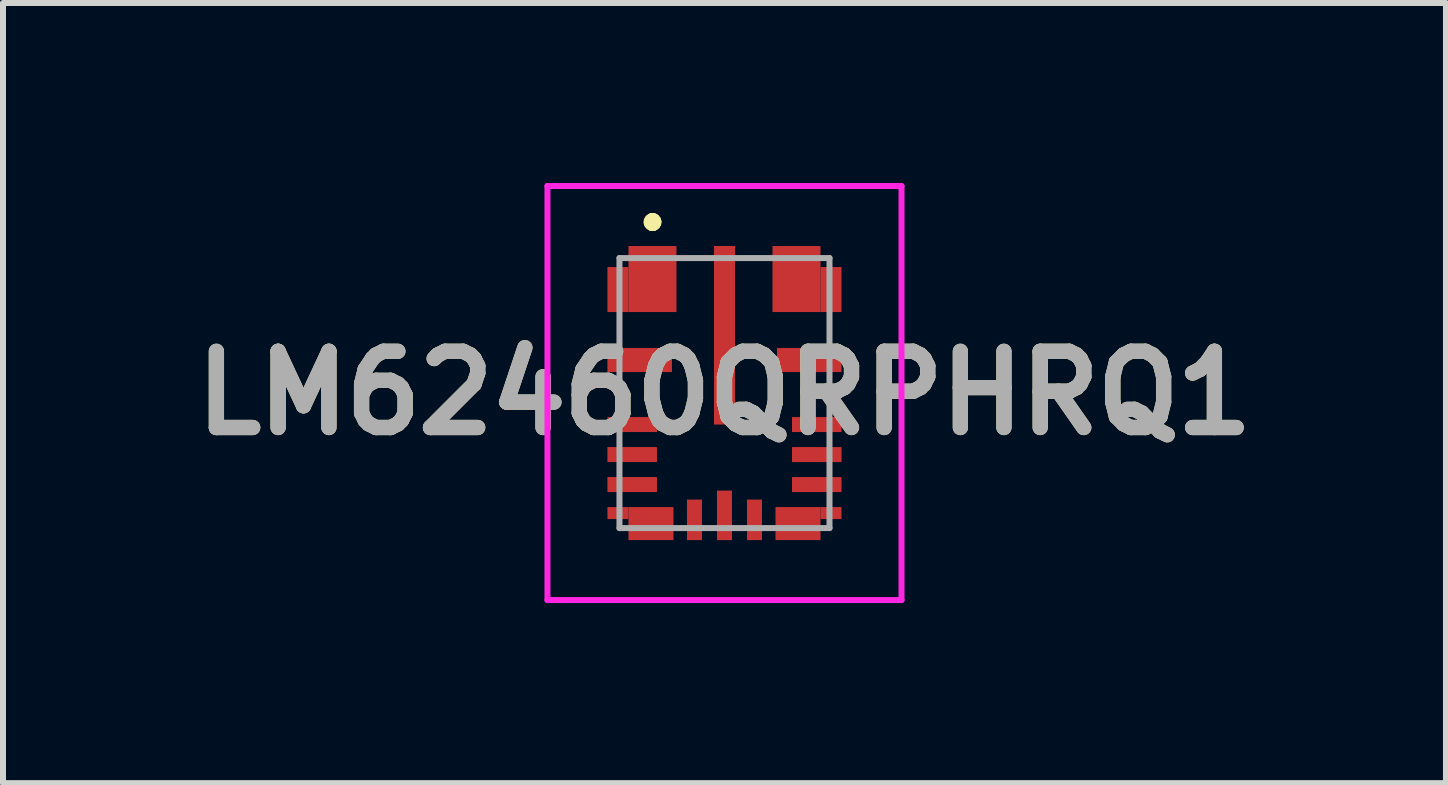
<source format=kicad_pcb>
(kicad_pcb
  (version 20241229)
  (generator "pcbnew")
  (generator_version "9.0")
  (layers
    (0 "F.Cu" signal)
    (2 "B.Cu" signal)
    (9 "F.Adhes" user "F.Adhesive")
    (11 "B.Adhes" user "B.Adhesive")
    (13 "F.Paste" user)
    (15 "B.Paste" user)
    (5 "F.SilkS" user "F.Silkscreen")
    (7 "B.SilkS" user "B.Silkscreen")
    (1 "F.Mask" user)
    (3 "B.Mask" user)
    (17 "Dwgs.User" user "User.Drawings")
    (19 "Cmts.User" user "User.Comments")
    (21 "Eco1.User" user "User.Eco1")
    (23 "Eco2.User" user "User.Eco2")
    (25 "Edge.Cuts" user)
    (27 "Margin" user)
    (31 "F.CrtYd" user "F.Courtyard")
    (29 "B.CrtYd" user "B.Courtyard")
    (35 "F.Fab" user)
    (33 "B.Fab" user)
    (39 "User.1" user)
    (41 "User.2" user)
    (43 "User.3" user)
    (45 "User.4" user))
  (footprint "LM62460QRPHRQ1"
    (layer "F.Cu")
    (at 9.023 3.5)
    (property "Reference" "LM62460QRPHRQ1" (at 0 0 0) (layer "F.SilkS") (effects (font (size 1.27 1.27) (thickness 0.254))))
    (attr smd)
    (fp_line (start -1.2 -2.9) (end -1.2 -2.9) (stroke (width 0.2) (type solid)) (layer "F.SilkS"))
    (fp_line (start -1.2 -2.8) (end -1.2 -2.8) (stroke (width 0.2) (type solid)) (layer "F.SilkS"))
    (fp_line (start -1.2 -2.8) (end -1.2 -2.8) (stroke (width 0.2) (type solid)) (layer "F.SilkS"))
    (fp_arc (start -1.2 -2.9) (mid -1.15 -2.85) (end -1.2 -2.8) (stroke (width 0.2) (type solid)) (layer "F.SilkS"))
    (fp_arc (start -1.2 -2.9) (mid -1.15 -2.85) (end -1.2 -2.8) (stroke (width 0.2) (type solid)) (layer "F.SilkS"))
    (fp_arc (start -1.2 -2.8) (mid -1.25 -2.85) (end -1.2 -2.9) (stroke (width 0.2) (type solid)) (layer "F.SilkS"))
    (fp_line (start -2.95 -3.45) (end 2.95 -3.45) (stroke (width 0.1) (type solid)) (layer "F.CrtYd"))
    (fp_line (start -2.95 3.45) (end -2.95 -3.45) (stroke (width 0.1) (type solid)) (layer "F.CrtYd"))
    (fp_line (start 2.95 -3.45) (end 2.95 3.45) (stroke (width 0.1) (type solid)) (layer "F.CrtYd"))
    (fp_line (start 2.95 3.45) (end -2.95 3.45) (stroke (width 0.1) (type solid)) (layer "F.CrtYd"))
    (fp_line (start -1.75 -2.25) (end -1.75 2.25) (stroke (width 0.1) (type solid)) (layer "F.Fab"))
    (fp_line (start -1.75 2.25) (end 1.75 2.25) (stroke (width 0.1) (type solid)) (layer "F.Fab"))
    (fp_line (start 1.75 -2.25) (end -1.75 -2.25) (stroke (width 0.1) (type solid)) (layer "F.Fab"))
    (fp_line (start 1.75 2.25) (end 1.75 -2.25) (stroke (width 0.1) (type solid)) (layer "F.Fab"))
    (fp_text user "${REFERENCE}" (at 0 0 0) (layer "F.Fab") (effects (font (size 1.27 1.27) (thickness 0.254))))
    (pad "1" smd rect (at -1.2 -1.9) (size 0.8 1.1) (layers "F.Cu" "F.Mask" "F.Paste"))
    (pad "2" smd rect (at -1.413 -0.55 90) (size 0.4 1.075) (layers "F.Cu" "F.Mask" "F.Paste"))
    (pad "3" smd rect (at -1.538 0.525 90) (size 0.25 0.825) (layers "F.Cu" "F.Mask" "F.Paste"))
    (pad "4" smd rect (at -1.538 1.025 90) (size 0.25 0.825) (layers "F.Cu" "F.Mask" "F.Paste"))
    (pad "5" smd rect (at -1.538 1.525 90) (size 0.25 0.825) (layers "F.Cu" "F.Mask" "F.Paste"))
    (pad "6" smd rect (at -1.225 2.175 90) (size 0.55 0.75) (layers "F.Cu" "F.Mask" "F.Paste"))
    (pad "7" smd rect (at -0.5 2.113) (size 0.25 0.675) (layers "F.Cu" "F.Mask" "F.Paste"))
    (pad "8" smd rect (at 0 2.038) (size 0.25 0.825) (layers "F.Cu" "F.Mask" "F.Paste"))
    (pad "9" smd rect (at 0.5 2.113) (size 0.25 0.675) (layers "F.Cu" "F.Mask" "F.Paste"))
    (pad "10" smd rect (at 1.225 2.175 90) (size 0.55 0.75) (layers "F.Cu" "F.Mask" "F.Paste"))
    (pad "11" smd rect (at 1.538 1.525 90) (size 0.25 0.825) (layers "F.Cu" "F.Mask" "F.Paste"))
    (pad "12" smd rect (at 1.538 1.025 90) (size 0.25 0.825) (layers "F.Cu" "F.Mask" "F.Paste"))
    (pad "13" smd rect (at 1.538 0.525 90) (size 0.25 0.825) (layers "F.Cu" "F.Mask" "F.Paste"))
    (pad "14" smd rect (at 1.413 -0.55 90) (size 0.4 1.075) (layers "F.Cu" "F.Mask" "F.Paste"))
    (pad "15" smd rect (at 1.2 -1.9) (size 0.8 1.1) (layers "F.Cu" "F.Mask" "F.Paste"))
    (pad "16" smd rect (at 0 -0.963) (size 0.35 2.975) (layers "F.Cu" "F.Mask" "F.Paste"))
    (pad "17" smd rect (at -1.775 -1.725) (size 0.35 0.75) (layers "F.Cu" "F.Mask" "F.Paste"))
    (pad "18" smd rect (at -1.775 2 90) (size 0.2 0.35) (layers "F.Cu" "F.Mask" "F.Paste"))
    (pad "19" smd rect (at 1.775 2 90) (size 0.2 0.35) (layers "F.Cu" "F.Mask" "F.Paste"))
    (pad "20" smd rect (at 1.775 -1.725) (size 0.35 0.75) (layers "F.Cu" "F.Mask" "F.Paste")))
  (gr_rect
    (start -3 -3)
    (end 21.046 10)
    (stroke (width 0.1) (type default))
    (fill no)
    (layer "Edge.Cuts")))
</source>
